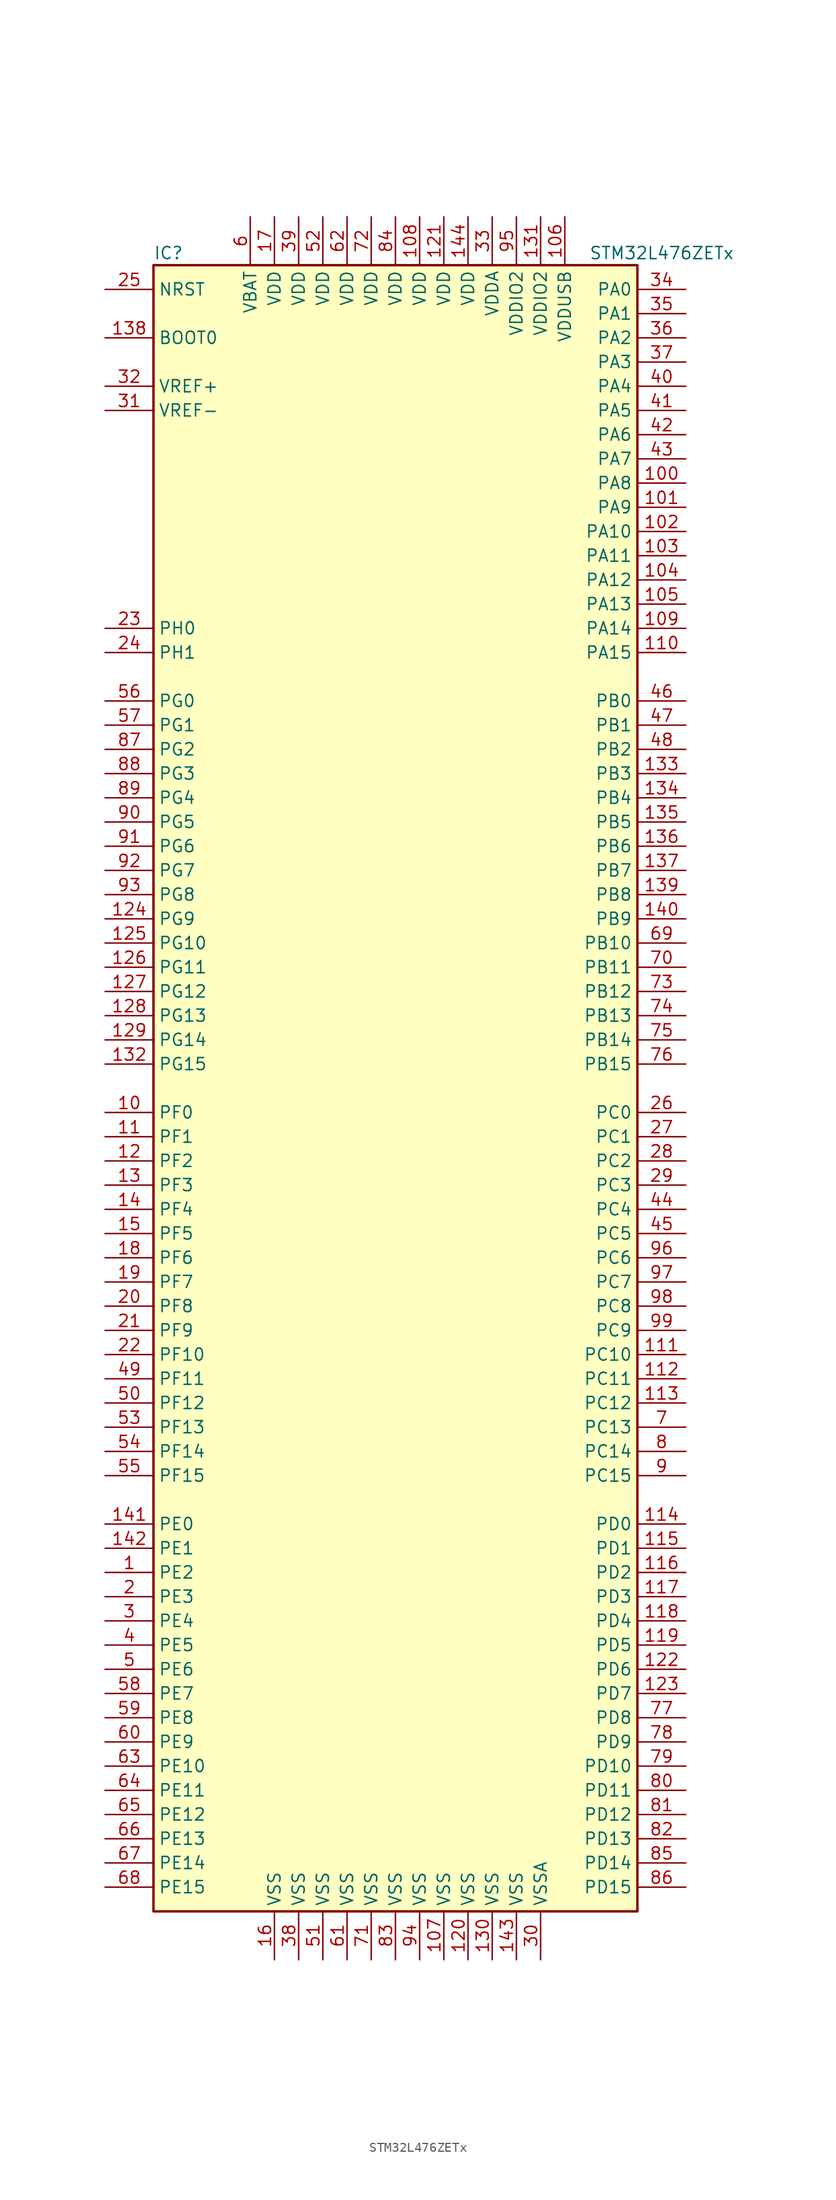
<source format=kicad_sym>
(kicad_symbol_lib
  (version 20220914)
  (generator kicad_symbol_editor)
  (symbol "STM32L476ZETx"
    (property "Reference" "IC"
      (at -25.4 87.63 0)
      (effects (font (size 1.27 1.27)) (justify left)))
    (property "Value" "STM32L476ZETx"
      (at 20.32 87.63 0)
      (effects (font (size 1.27 1.27)) (justify left)))
    (symbol "STM32L476ZETx_0_1"
      (rectangle (start -25.4 -86.36) (end 25.4 86.36) (stroke (width 0.254) (type solid)) (fill (type background))))
    (symbol "STM32L476ZETx_1_1"
      (pin bidirectional line (at -30.48 -50.8 0) (length 5.08) (name "PE2" (effects (font (size 1.27 1.27)))) (number "1" (effects (font (size 1.27 1.27)))))
      (pin bidirectional line (at -30.48 -2.54 0) (length 5.08) (name "PF0" (effects (font (size 1.27 1.27)))) (number "10" (effects (font (size 1.27 1.27)))))
      (pin bidirectional line (at 30.48 63.5 180) (length 5.08) (name "PA8" (effects (font (size 1.27 1.27)))) (number "100" (effects (font (size 1.27 1.27)))))
      (pin bidirectional line (at 30.48 60.96 180) (length 5.08) (name "PA9" (effects (font (size 1.27 1.27)))) (number "101" (effects (font (size 1.27 1.27)))))
      (pin bidirectional line (at 30.48 58.42 180) (length 5.08) (name "PA10" (effects (font (size 1.27 1.27)))) (number "102" (effects (font (size 1.27 1.27)))))
      (pin bidirectional line (at 30.48 55.88 180) (length 5.08) (name "PA11" (effects (font (size 1.27 1.27)))) (number "103" (effects (font (size 1.27 1.27)))))
      (pin bidirectional line (at 30.48 53.34 180) (length 5.08) (name "PA12" (effects (font (size 1.27 1.27)))) (number "104" (effects (font (size 1.27 1.27)))))
      (pin bidirectional line (at 30.48 50.8 180) (length 5.08) (name "PA13" (effects (font (size 1.27 1.27)))) (number "105" (effects (font (size 1.27 1.27)))))
      (pin power_in line (at 17.78 91.44 270) (length 5.08) (name "VDDUSB" (effects (font (size 1.27 1.27)))) (number "106" (effects (font (size 1.27 1.27)))))
      (pin power_in line (at 5.08 -91.44 90) (length 5.08) (name "VSS" (effects (font (size 1.27 1.27)))) (number "107" (effects (font (size 1.27 1.27)))))
      (pin power_in line (at 2.54 91.44 270) (length 5.08) (name "VDD" (effects (font (size 1.27 1.27)))) (number "108" (effects (font (size 1.27 1.27)))))
      (pin bidirectional line (at 30.48 48.26 180) (length 5.08) (name "PA14" (effects (font (size 1.27 1.27)))) (number "109" (effects (font (size 1.27 1.27)))))
      (pin bidirectional line (at -30.48 -5.08 0) (length 5.08) (name "PF1" (effects (font (size 1.27 1.27)))) (number "11" (effects (font (size 1.27 1.27)))))
      (pin bidirectional line (at 30.48 45.72 180) (length 5.08) (name "PA15" (effects (font (size 1.27 1.27)))) (number "110" (effects (font (size 1.27 1.27)))))
      (pin bidirectional line (at 30.48 -27.94 180) (length 5.08) (name "PC10" (effects (font (size 1.27 1.27)))) (number "111" (effects (font (size 1.27 1.27)))))
      (pin bidirectional line (at 30.48 -30.48 180) (length 5.08) (name "PC11" (effects (font (size 1.27 1.27)))) (number "112" (effects (font (size 1.27 1.27)))))
      (pin bidirectional line (at 30.48 -33.02 180) (length 5.08) (name "PC12" (effects (font (size 1.27 1.27)))) (number "113" (effects (font (size 1.27 1.27)))))
      (pin bidirectional line (at 30.48 -45.72 180) (length 5.08) (name "PD0" (effects (font (size 1.27 1.27)))) (number "114" (effects (font (size 1.27 1.27)))))
      (pin bidirectional line (at 30.48 -48.26 180) (length 5.08) (name "PD1" (effects (font (size 1.27 1.27)))) (number "115" (effects (font (size 1.27 1.27)))))
      (pin bidirectional line (at 30.48 -50.8 180) (length 5.08) (name "PD2" (effects (font (size 1.27 1.27)))) (number "116" (effects (font (size 1.27 1.27)))))
      (pin bidirectional line (at 30.48 -53.34 180) (length 5.08) (name "PD3" (effects (font (size 1.27 1.27)))) (number "117" (effects (font (size 1.27 1.27)))))
      (pin bidirectional line (at 30.48 -55.88 180) (length 5.08) (name "PD4" (effects (font (size 1.27 1.27)))) (number "118" (effects (font (size 1.27 1.27)))))
      (pin bidirectional line (at 30.48 -58.42 180) (length 5.08) (name "PD5" (effects (font (size 1.27 1.27)))) (number "119" (effects (font (size 1.27 1.27)))))
      (pin bidirectional line (at -30.48 -7.62 0) (length 5.08) (name "PF2" (effects (font (size 1.27 1.27)))) (number "12" (effects (font (size 1.27 1.27)))))
      (pin power_in line (at 7.62 -91.44 90) (length 5.08) (name "VSS" (effects (font (size 1.27 1.27)))) (number "120" (effects (font (size 1.27 1.27)))))
      (pin power_in line (at 5.08 91.44 270) (length 5.08) (name "VDD" (effects (font (size 1.27 1.27)))) (number "121" (effects (font (size 1.27 1.27)))))
      (pin bidirectional line (at 30.48 -60.96 180) (length 5.08) (name "PD6" (effects (font (size 1.27 1.27)))) (number "122" (effects (font (size 1.27 1.27)))))
      (pin bidirectional line (at 30.48 -63.5 180) (length 5.08) (name "PD7" (effects (font (size 1.27 1.27)))) (number "123" (effects (font (size 1.27 1.27)))))
      (pin bidirectional line (at -30.48 17.78 0) (length 5.08) (name "PG9" (effects (font (size 1.27 1.27)))) (number "124" (effects (font (size 1.27 1.27)))))
      (pin bidirectional line (at -30.48 15.24 0) (length 5.08) (name "PG10" (effects (font (size 1.27 1.27)))) (number "125" (effects (font (size 1.27 1.27)))))
      (pin bidirectional line (at -30.48 12.7 0) (length 5.08) (name "PG11" (effects (font (size 1.27 1.27)))) (number "126" (effects (font (size 1.27 1.27)))))
      (pin bidirectional line (at -30.48 10.16 0) (length 5.08) (name "PG12" (effects (font (size 1.27 1.27)))) (number "127" (effects (font (size 1.27 1.27)))))
      (pin bidirectional line (at -30.48 7.62 0) (length 5.08) (name "PG13" (effects (font (size 1.27 1.27)))) (number "128" (effects (font (size 1.27 1.27)))))
      (pin bidirectional line (at -30.48 5.08 0) (length 5.08) (name "PG14" (effects (font (size 1.27 1.27)))) (number "129" (effects (font (size 1.27 1.27)))))
      (pin bidirectional line (at -30.48 -10.16 0) (length 5.08) (name "PF3" (effects (font (size 1.27 1.27)))) (number "13" (effects (font (size 1.27 1.27)))))
      (pin power_in line (at 10.16 -91.44 90) (length 5.08) (name "VSS" (effects (font (size 1.27 1.27)))) (number "130" (effects (font (size 1.27 1.27)))))
      (pin power_in line (at 15.24 91.44 270) (length 5.08) (name "VDDIO2" (effects (font (size 1.27 1.27)))) (number "131" (effects (font (size 1.27 1.27)))))
      (pin bidirectional line (at -30.48 2.54 0) (length 5.08) (name "PG15" (effects (font (size 1.27 1.27)))) (number "132" (effects (font (size 1.27 1.27)))))
      (pin bidirectional line (at 30.48 33.02 180) (length 5.08) (name "PB3" (effects (font (size 1.27 1.27)))) (number "133" (effects (font (size 1.27 1.27)))))
      (pin bidirectional line (at 30.48 30.48 180) (length 5.08) (name "PB4" (effects (font (size 1.27 1.27)))) (number "134" (effects (font (size 1.27 1.27)))))
      (pin bidirectional line (at 30.48 27.94 180) (length 5.08) (name "PB5" (effects (font (size 1.27 1.27)))) (number "135" (effects (font (size 1.27 1.27)))))
      (pin bidirectional line (at 30.48 25.4 180) (length 5.08) (name "PB6" (effects (font (size 1.27 1.27)))) (number "136" (effects (font (size 1.27 1.27)))))
      (pin bidirectional line (at 30.48 22.86 180) (length 5.08) (name "PB7" (effects (font (size 1.27 1.27)))) (number "137" (effects (font (size 1.27 1.27)))))
      (pin input line (at -30.48 78.74 0) (length 5.08) (name "BOOT0" (effects (font (size 1.27 1.27)))) (number "138" (effects (font (size 1.27 1.27)))))
      (pin bidirectional line (at 30.48 20.32 180) (length 5.08) (name "PB8" (effects (font (size 1.27 1.27)))) (number "139" (effects (font (size 1.27 1.27)))))
      (pin bidirectional line (at -30.48 -12.7 0) (length 5.08) (name "PF4" (effects (font (size 1.27 1.27)))) (number "14" (effects (font (size 1.27 1.27)))))
      (pin bidirectional line (at 30.48 17.78 180) (length 5.08) (name "PB9" (effects (font (size 1.27 1.27)))) (number "140" (effects (font (size 1.27 1.27)))))
      (pin bidirectional line (at -30.48 -45.72 0) (length 5.08) (name "PE0" (effects (font (size 1.27 1.27)))) (number "141" (effects (font (size 1.27 1.27)))))
      (pin bidirectional line (at -30.48 -48.26 0) (length 5.08) (name "PE1" (effects (font (size 1.27 1.27)))) (number "142" (effects (font (size 1.27 1.27)))))
      (pin power_in line (at 12.7 -91.44 90) (length 5.08) (name "VSS" (effects (font (size 1.27 1.27)))) (number "143" (effects (font (size 1.27 1.27)))))
      (pin power_in line (at 7.62 91.44 270) (length 5.08) (name "VDD" (effects (font (size 1.27 1.27)))) (number "144" (effects (font (size 1.27 1.27)))))
      (pin bidirectional line (at -30.48 -15.24 0) (length 5.08) (name "PF5" (effects (font (size 1.27 1.27)))) (number "15" (effects (font (size 1.27 1.27)))))
      (pin power_in line (at -12.7 -91.44 90) (length 5.08) (name "VSS" (effects (font (size 1.27 1.27)))) (number "16" (effects (font (size 1.27 1.27)))))
      (pin power_in line (at -12.7 91.44 270) (length 5.08) (name "VDD" (effects (font (size 1.27 1.27)))) (number "17" (effects (font (size 1.27 1.27)))))
      (pin bidirectional line (at -30.48 -17.78 0) (length 5.08) (name "PF6" (effects (font (size 1.27 1.27)))) (number "18" (effects (font (size 1.27 1.27)))))
      (pin bidirectional line (at -30.48 -20.32 0) (length 5.08) (name "PF7" (effects (font (size 1.27 1.27)))) (number "19" (effects (font (size 1.27 1.27)))))
      (pin bidirectional line (at -30.48 -53.34 0) (length 5.08) (name "PE3" (effects (font (size 1.27 1.27)))) (number "2" (effects (font (size 1.27 1.27)))))
      (pin bidirectional line (at -30.48 -22.86 0) (length 5.08) (name "PF8" (effects (font (size 1.27 1.27)))) (number "20" (effects (font (size 1.27 1.27)))))
      (pin bidirectional line (at -30.48 -25.4 0) (length 5.08) (name "PF9" (effects (font (size 1.27 1.27)))) (number "21" (effects (font (size 1.27 1.27)))))
      (pin bidirectional line (at -30.48 -27.94 0) (length 5.08) (name "PF10" (effects (font (size 1.27 1.27)))) (number "22" (effects (font (size 1.27 1.27)))))
      (pin input line (at -30.48 48.26 0) (length 5.08) (name "PH0" (effects (font (size 1.27 1.27)))) (number "23" (effects (font (size 1.27 1.27)))))
      (pin input line (at -30.48 45.72 0) (length 5.08) (name "PH1" (effects (font (size 1.27 1.27)))) (number "24" (effects (font (size 1.27 1.27)))))
      (pin input line (at -30.48 83.82 0) (length 5.08) (name "NRST" (effects (font (size 1.27 1.27)))) (number "25" (effects (font (size 1.27 1.27)))))
      (pin bidirectional line (at 30.48 -2.54 180) (length 5.08) (name "PC0" (effects (font (size 1.27 1.27)))) (number "26" (effects (font (size 1.27 1.27)))))
      (pin bidirectional line (at 30.48 -5.08 180) (length 5.08) (name "PC1" (effects (font (size 1.27 1.27)))) (number "27" (effects (font (size 1.27 1.27)))))
      (pin bidirectional line (at 30.48 -7.62 180) (length 5.08) (name "PC2" (effects (font (size 1.27 1.27)))) (number "28" (effects (font (size 1.27 1.27)))))
      (pin bidirectional line (at 30.48 -10.16 180) (length 5.08) (name "PC3" (effects (font (size 1.27 1.27)))) (number "29" (effects (font (size 1.27 1.27)))))
      (pin bidirectional line (at -30.48 -55.88 0) (length 5.08) (name "PE4" (effects (font (size 1.27 1.27)))) (number "3" (effects (font (size 1.27 1.27)))))
      (pin power_in line (at 15.24 -91.44 90) (length 5.08) (name "VSSA" (effects (font (size 1.27 1.27)))) (number "30" (effects (font (size 1.27 1.27)))))
      (pin power_in line (at -30.48 71.12 0) (length 5.08) (name "VREF-" (effects (font (size 1.27 1.27)))) (number "31" (effects (font (size 1.27 1.27)))))
      (pin bidirectional line (at -30.48 73.66 0) (length 5.08) (name "VREF+" (effects (font (size 1.27 1.27)))) (number "32" (effects (font (size 1.27 1.27)))))
      (pin power_in line (at 10.16 91.44 270) (length 5.08) (name "VDDA" (effects (font (size 1.27 1.27)))) (number "33" (effects (font (size 1.27 1.27)))))
      (pin bidirectional line (at 30.48 83.82 180) (length 5.08) (name "PA0" (effects (font (size 1.27 1.27)))) (number "34" (effects (font (size 1.27 1.27)))))
      (pin bidirectional line (at 30.48 81.28 180) (length 5.08) (name "PA1" (effects (font (size 1.27 1.27)))) (number "35" (effects (font (size 1.27 1.27)))))
      (pin bidirectional line (at 30.48 78.74 180) (length 5.08) (name "PA2" (effects (font (size 1.27 1.27)))) (number "36" (effects (font (size 1.27 1.27)))))
      (pin bidirectional line (at 30.48 76.2 180) (length 5.08) (name "PA3" (effects (font (size 1.27 1.27)))) (number "37" (effects (font (size 1.27 1.27)))))
      (pin power_in line (at -10.16 -91.44 90) (length 5.08) (name "VSS" (effects (font (size 1.27 1.27)))) (number "38" (effects (font (size 1.27 1.27)))))
      (pin power_in line (at -10.16 91.44 270) (length 5.08) (name "VDD" (effects (font (size 1.27 1.27)))) (number "39" (effects (font (size 1.27 1.27)))))
      (pin bidirectional line (at -30.48 -58.42 0) (length 5.08) (name "PE5" (effects (font (size 1.27 1.27)))) (number "4" (effects (font (size 1.27 1.27)))))
      (pin bidirectional line (at 30.48 73.66 180) (length 5.08) (name "PA4" (effects (font (size 1.27 1.27)))) (number "40" (effects (font (size 1.27 1.27)))))
      (pin bidirectional line (at 30.48 71.12 180) (length 5.08) (name "PA5" (effects (font (size 1.27 1.27)))) (number "41" (effects (font (size 1.27 1.27)))))
      (pin bidirectional line (at 30.48 68.58 180) (length 5.08) (name "PA6" (effects (font (size 1.27 1.27)))) (number "42" (effects (font (size 1.27 1.27)))))
      (pin bidirectional line (at 30.48 66.04 180) (length 5.08) (name "PA7" (effects (font (size 1.27 1.27)))) (number "43" (effects (font (size 1.27 1.27)))))
      (pin bidirectional line (at 30.48 -12.7 180) (length 5.08) (name "PC4" (effects (font (size 1.27 1.27)))) (number "44" (effects (font (size 1.27 1.27)))))
      (pin bidirectional line (at 30.48 -15.24 180) (length 5.08) (name "PC5" (effects (font (size 1.27 1.27)))) (number "45" (effects (font (size 1.27 1.27)))))
      (pin bidirectional line (at 30.48 40.64 180) (length 5.08) (name "PB0" (effects (font (size 1.27 1.27)))) (number "46" (effects (font (size 1.27 1.27)))))
      (pin bidirectional line (at 30.48 38.1 180) (length 5.08) (name "PB1" (effects (font (size 1.27 1.27)))) (number "47" (effects (font (size 1.27 1.27)))))
      (pin bidirectional line (at 30.48 35.56 180) (length 5.08) (name "PB2" (effects (font (size 1.27 1.27)))) (number "48" (effects (font (size 1.27 1.27)))))
      (pin bidirectional line (at -30.48 -30.48 0) (length 5.08) (name "PF11" (effects (font (size 1.27 1.27)))) (number "49" (effects (font (size 1.27 1.27)))))
      (pin bidirectional line (at -30.48 -60.96 0) (length 5.08) (name "PE6" (effects (font (size 1.27 1.27)))) (number "5" (effects (font (size 1.27 1.27)))))
      (pin bidirectional line (at -30.48 -33.02 0) (length 5.08) (name "PF12" (effects (font (size 1.27 1.27)))) (number "50" (effects (font (size 1.27 1.27)))))
      (pin power_in line (at -7.62 -91.44 90) (length 5.08) (name "VSS" (effects (font (size 1.27 1.27)))) (number "51" (effects (font (size 1.27 1.27)))))
      (pin power_in line (at -7.62 91.44 270) (length 5.08) (name "VDD" (effects (font (size 1.27 1.27)))) (number "52" (effects (font (size 1.27 1.27)))))
      (pin bidirectional line (at -30.48 -35.56 0) (length 5.08) (name "PF13" (effects (font (size 1.27 1.27)))) (number "53" (effects (font (size 1.27 1.27)))))
      (pin bidirectional line (at -30.48 -38.1 0) (length 5.08) (name "PF14" (effects (font (size 1.27 1.27)))) (number "54" (effects (font (size 1.27 1.27)))))
      (pin bidirectional line (at -30.48 -40.64 0) (length 5.08) (name "PF15" (effects (font (size 1.27 1.27)))) (number "55" (effects (font (size 1.27 1.27)))))
      (pin bidirectional line (at -30.48 40.64 0) (length 5.08) (name "PG0" (effects (font (size 1.27 1.27)))) (number "56" (effects (font (size 1.27 1.27)))))
      (pin bidirectional line (at -30.48 38.1 0) (length 5.08) (name "PG1" (effects (font (size 1.27 1.27)))) (number "57" (effects (font (size 1.27 1.27)))))
      (pin bidirectional line (at -30.48 -63.5 0) (length 5.08) (name "PE7" (effects (font (size 1.27 1.27)))) (number "58" (effects (font (size 1.27 1.27)))))
      (pin bidirectional line (at -30.48 -66.04 0) (length 5.08) (name "PE8" (effects (font (size 1.27 1.27)))) (number "59" (effects (font (size 1.27 1.27)))))
      (pin power_in line (at -15.24 91.44 270) (length 5.08) (name "VBAT" (effects (font (size 1.27 1.27)))) (number "6" (effects (font (size 1.27 1.27)))))
      (pin bidirectional line (at -30.48 -68.58 0) (length 5.08) (name "PE9" (effects (font (size 1.27 1.27)))) (number "60" (effects (font (size 1.27 1.27)))))
      (pin power_in line (at -5.08 -91.44 90) (length 5.08) (name "VSS" (effects (font (size 1.27 1.27)))) (number "61" (effects (font (size 1.27 1.27)))))
      (pin power_in line (at -5.08 91.44 270) (length 5.08) (name "VDD" (effects (font (size 1.27 1.27)))) (number "62" (effects (font (size 1.27 1.27)))))
      (pin bidirectional line (at -30.48 -71.12 0) (length 5.08) (name "PE10" (effects (font (size 1.27 1.27)))) (number "63" (effects (font (size 1.27 1.27)))))
      (pin bidirectional line (at -30.48 -73.66 0) (length 5.08) (name "PE11" (effects (font (size 1.27 1.27)))) (number "64" (effects (font (size 1.27 1.27)))))
      (pin bidirectional line (at -30.48 -76.2 0) (length 5.08) (name "PE12" (effects (font (size 1.27 1.27)))) (number "65" (effects (font (size 1.27 1.27)))))
      (pin bidirectional line (at -30.48 -78.74 0) (length 5.08) (name "PE13" (effects (font (size 1.27 1.27)))) (number "66" (effects (font (size 1.27 1.27)))))
      (pin bidirectional line (at -30.48 -81.28 0) (length 5.08) (name "PE14" (effects (font (size 1.27 1.27)))) (number "67" (effects (font (size 1.27 1.27)))))
      (pin bidirectional line (at -30.48 -83.82 0) (length 5.08) (name "PE15" (effects (font (size 1.27 1.27)))) (number "68" (effects (font (size 1.27 1.27)))))
      (pin bidirectional line (at 30.48 15.24 180) (length 5.08) (name "PB10" (effects (font (size 1.27 1.27)))) (number "69" (effects (font (size 1.27 1.27)))))
      (pin bidirectional line (at 30.48 -35.56 180) (length 5.08) (name "PC13" (effects (font (size 1.27 1.27)))) (number "7" (effects (font (size 1.27 1.27)))))
      (pin bidirectional line (at 30.48 12.7 180) (length 5.08) (name "PB11" (effects (font (size 1.27 1.27)))) (number "70" (effects (font (size 1.27 1.27)))))
      (pin power_in line (at -2.54 -91.44 90) (length 5.08) (name "VSS" (effects (font (size 1.27 1.27)))) (number "71" (effects (font (size 1.27 1.27)))))
      (pin power_in line (at -2.54 91.44 270) (length 5.08) (name "VDD" (effects (font (size 1.27 1.27)))) (number "72" (effects (font (size 1.27 1.27)))))
      (pin bidirectional line (at 30.48 10.16 180) (length 5.08) (name "PB12" (effects (font (size 1.27 1.27)))) (number "73" (effects (font (size 1.27 1.27)))))
      (pin bidirectional line (at 30.48 7.62 180) (length 5.08) (name "PB13" (effects (font (size 1.27 1.27)))) (number "74" (effects (font (size 1.27 1.27)))))
      (pin bidirectional line (at 30.48 5.08 180) (length 5.08) (name "PB14" (effects (font (size 1.27 1.27)))) (number "75" (effects (font (size 1.27 1.27)))))
      (pin bidirectional line (at 30.48 2.54 180) (length 5.08) (name "PB15" (effects (font (size 1.27 1.27)))) (number "76" (effects (font (size 1.27 1.27)))))
      (pin bidirectional line (at 30.48 -66.04 180) (length 5.08) (name "PD8" (effects (font (size 1.27 1.27)))) (number "77" (effects (font (size 1.27 1.27)))))
      (pin bidirectional line (at 30.48 -68.58 180) (length 5.08) (name "PD9" (effects (font (size 1.27 1.27)))) (number "78" (effects (font (size 1.27 1.27)))))
      (pin bidirectional line (at 30.48 -71.12 180) (length 5.08) (name "PD10" (effects (font (size 1.27 1.27)))) (number "79" (effects (font (size 1.27 1.27)))))
      (pin bidirectional line (at 30.48 -38.1 180) (length 5.08) (name "PC14" (effects (font (size 1.27 1.27)))) (number "8" (effects (font (size 1.27 1.27)))))
      (pin bidirectional line (at 30.48 -73.66 180) (length 5.08) (name "PD11" (effects (font (size 1.27 1.27)))) (number "80" (effects (font (size 1.27 1.27)))))
      (pin bidirectional line (at 30.48 -76.2 180) (length 5.08) (name "PD12" (effects (font (size 1.27 1.27)))) (number "81" (effects (font (size 1.27 1.27)))))
      (pin bidirectional line (at 30.48 -78.74 180) (length 5.08) (name "PD13" (effects (font (size 1.27 1.27)))) (number "82" (effects (font (size 1.27 1.27)))))
      (pin power_in line (at 0 -91.44 90) (length 5.08) (name "VSS" (effects (font (size 1.27 1.27)))) (number "83" (effects (font (size 1.27 1.27)))))
      (pin power_in line (at 0 91.44 270) (length 5.08) (name "VDD" (effects (font (size 1.27 1.27)))) (number "84" (effects (font (size 1.27 1.27)))))
      (pin bidirectional line (at 30.48 -81.28 180) (length 5.08) (name "PD14" (effects (font (size 1.27 1.27)))) (number "85" (effects (font (size 1.27 1.27)))))
      (pin bidirectional line (at 30.48 -83.82 180) (length 5.08) (name "PD15" (effects (font (size 1.27 1.27)))) (number "86" (effects (font (size 1.27 1.27)))))
      (pin bidirectional line (at -30.48 35.56 0) (length 5.08) (name "PG2" (effects (font (size 1.27 1.27)))) (number "87" (effects (font (size 1.27 1.27)))))
      (pin bidirectional line (at -30.48 33.02 0) (length 5.08) (name "PG3" (effects (font (size 1.27 1.27)))) (number "88" (effects (font (size 1.27 1.27)))))
      (pin bidirectional line (at -30.48 30.48 0) (length 5.08) (name "PG4" (effects (font (size 1.27 1.27)))) (number "89" (effects (font (size 1.27 1.27)))))
      (pin bidirectional line (at 30.48 -40.64 180) (length 5.08) (name "PC15" (effects (font (size 1.27 1.27)))) (number "9" (effects (font (size 1.27 1.27)))))
      (pin bidirectional line (at -30.48 27.94 0) (length 5.08) (name "PG5" (effects (font (size 1.27 1.27)))) (number "90" (effects (font (size 1.27 1.27)))))
      (pin bidirectional line (at -30.48 25.4 0) (length 5.08) (name "PG6" (effects (font (size 1.27 1.27)))) (number "91" (effects (font (size 1.27 1.27)))))
      (pin bidirectional line (at -30.48 22.86 0) (length 5.08) (name "PG7" (effects (font (size 1.27 1.27)))) (number "92" (effects (font (size 1.27 1.27)))))
      (pin bidirectional line (at -30.48 20.32 0) (length 5.08) (name "PG8" (effects (font (size 1.27 1.27)))) (number "93" (effects (font (size 1.27 1.27)))))
      (pin power_in line (at 2.54 -91.44 90) (length 5.08) (name "VSS" (effects (font (size 1.27 1.27)))) (number "94" (effects (font (size 1.27 1.27)))))
      (pin power_in line (at 12.7 91.44 270) (length 5.08) (name "VDDIO2" (effects (font (size 1.27 1.27)))) (number "95" (effects (font (size 1.27 1.27)))))
      (pin bidirectional line (at 30.48 -17.78 180) (length 5.08) (name "PC6" (effects (font (size 1.27 1.27)))) (number "96" (effects (font (size 1.27 1.27)))))
      (pin bidirectional line (at 30.48 -20.32 180) (length 5.08) (name "PC7" (effects (font (size 1.27 1.27)))) (number "97" (effects (font (size 1.27 1.27)))))
      (pin bidirectional line (at 30.48 -22.86 180) (length 5.08) (name "PC8" (effects (font (size 1.27 1.27)))) (number "98" (effects (font (size 1.27 1.27)))))
      (pin bidirectional line (at 30.48 -25.4 180) (length 5.08) (name "PC9" (effects (font (size 1.27 1.27)))) (number "99" (effects (font (size 1.27 1.27))))))))
</source>
